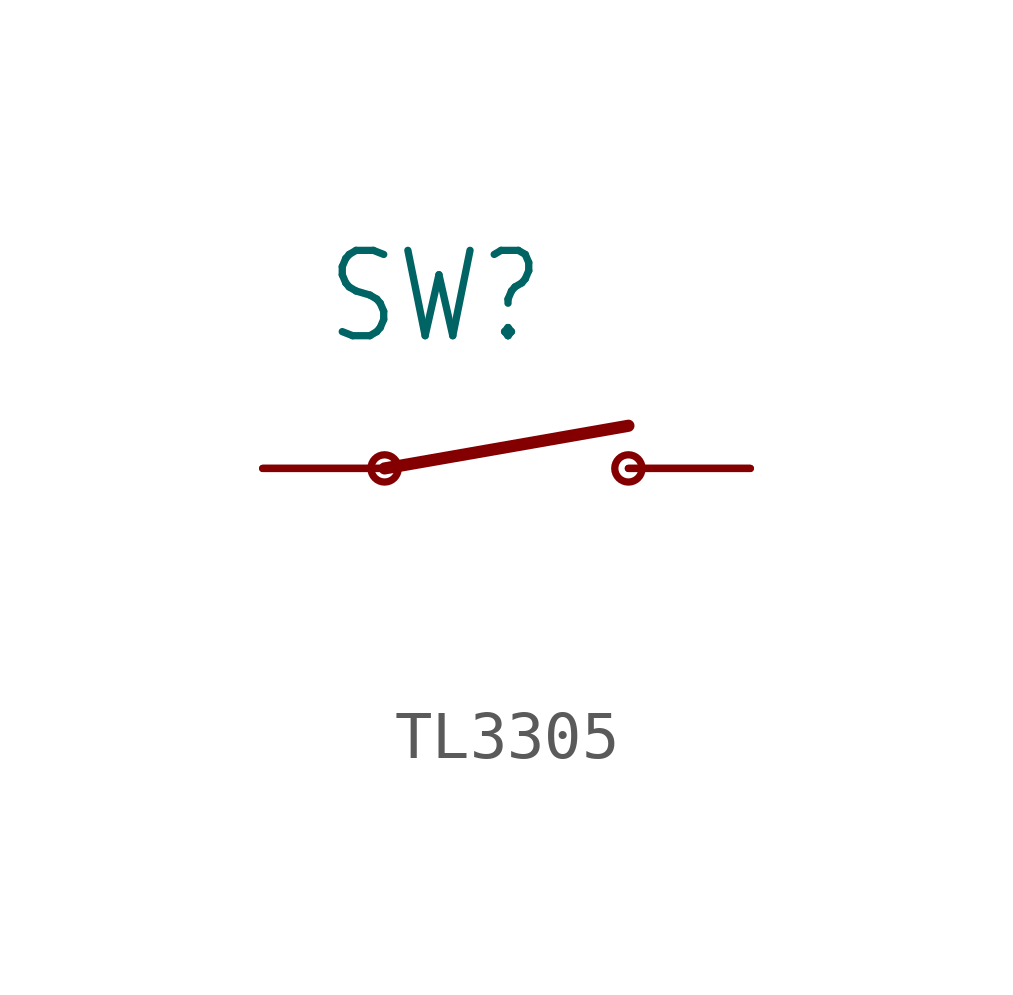
<source format=kicad_sym>
(kicad_symbol_lib
  (version 20231120)
  (generator "kicad_symbol_editor")
  (generator_version "8.0")
  (symbol "TL3305"
    (property "Reference" "SW"
      (at -3.81 2.54 0)
      (effects (font (size 1.778 1.511)) (justify left bottom)))
    (property "Value" ""
      (at -3.81 -3.81 0)
      (effects (font (size 1.778 1.511)) (justify left bottom)))
    (property "ki_locked" ""
      (at 0 0 0)
      (effects (font (size 1.27 1.27))))
    (symbol "TL3305_1_0"
      (circle (center -2.54 0) (radius 0.284) (stroke (width 0) (type solid)) (fill (type none)))
      (polyline (pts (xy -2.54 0) (xy 2.54 0.889)) (stroke (width 0.254) (type solid)) (fill (type none)))
      (circle (center 2.54 0) (radius 0.284) (stroke (width 0) (type solid)) (fill (type none)))
      (pin passive line (at -5.08 0 0) (length 2.54) (name "1" (effects (font (size 0 0)))) (number "1" (effects (font (size 0 0)))))
      (pin passive line (at -5.08 0 0) (length 2.54) (name "1" (effects (font (size 0 0)))) (number "2" (effects (font (size 0 0)))))
      (pin passive line (at 5.08 0 180) (length 2.54) (name "2" (effects (font (size 0 0)))) (number "3" (effects (font (size 0 0)))))
      (pin passive line (at 5.08 0 180) (length 2.54) (name "2" (effects (font (size 0 0)))) (number "4" (effects (font (size 0 0))))))))
</source>
